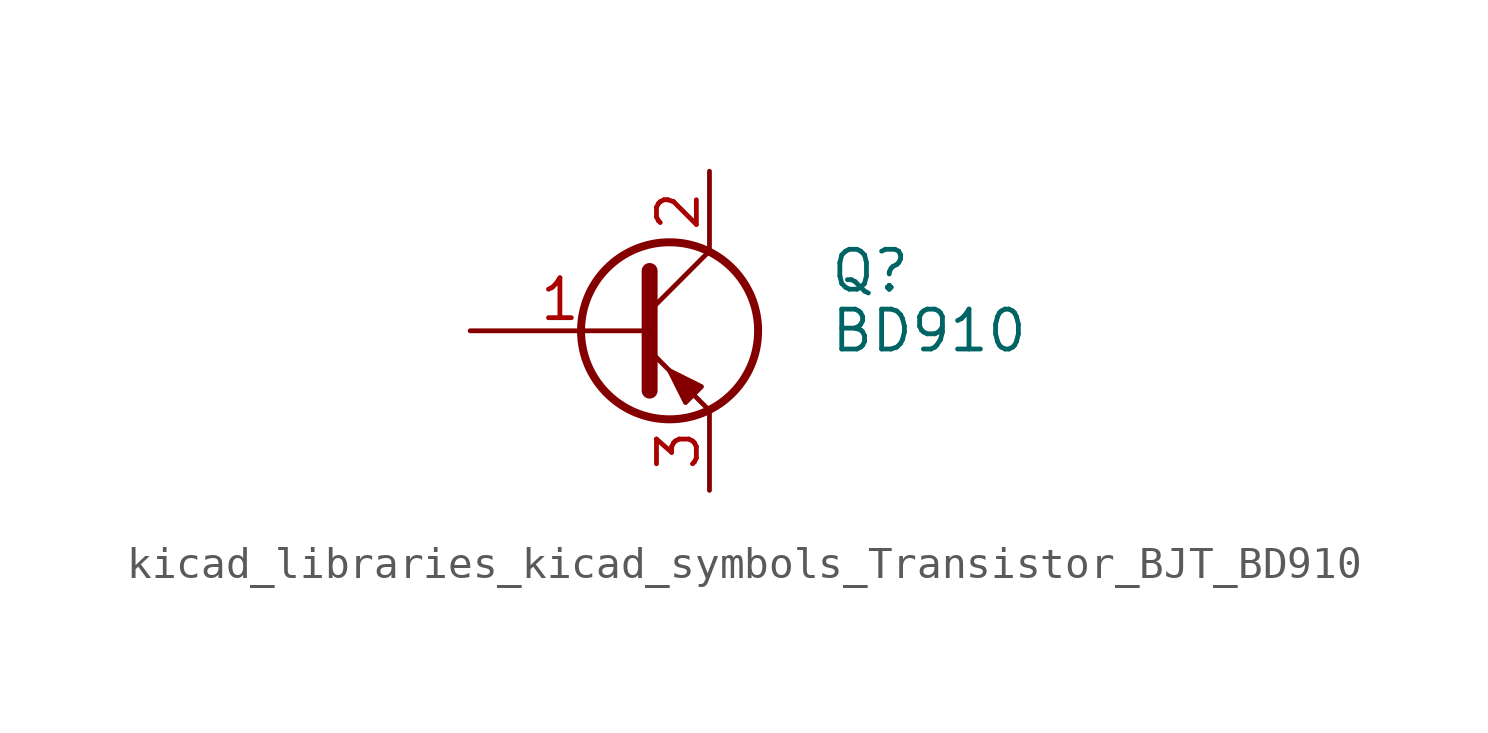
<source format=kicad_sym>
(kicad_symbol_lib
  (version 20220914)
  (generator kicad_symbol_editor)
  (symbol "kicad_libraries_kicad_symbols_Transistor_BJT_BD910"
    (pin_names
      (offset 0) hide)
    (property "Reference" "Q"
      (at 6.35 1.905 0)
      (effects (font (size 1.27 1.27)) (justify left)))
    (property "Value" "BD910"
      (at 6.35 0 0)
      (effects (font (size 1.27 1.27)) (justify left)))
    (symbol "kicad_libraries_kicad_symbols_Transistor_BJT_BD910_0_1"
      (polyline (pts (xy 0.635 0.635) (xy 2.54 2.54)) (stroke (width 0) (type default)) (fill (type none)))
      (polyline (pts (xy 0.635 -0.635) (xy 2.54 -2.54) (xy 2.54 -2.54)) (stroke (width 0) (type default)) (fill (type none)))
      (polyline (pts (xy 0.635 1.905) (xy 0.635 -1.905) (xy 0.635 -1.905)) (stroke (width 0.508) (type default)) (fill (type none)))
      (polyline (pts (xy 2.286 -1.778) (xy 1.778 -2.286) (xy 1.27 -1.27) (xy 2.286 -1.778) (xy 2.286 -1.778)) (stroke (width 0) (type default)) (fill (type outline)))
      (circle (center 1.27 0) (radius 2.819) (stroke (width 0.254) (type default)) (fill (type none))))
    (symbol "kicad_libraries_kicad_symbols_Transistor_BJT_BD910_1_1"
      (pin input line (at -5.08 0 0) (length 5.715) (name "B" (effects (font (size 1.27 1.27)))) (number "1" (effects (font (size 1.27 1.27)))))
      (pin passive line (at 2.54 5.08 270) (length 2.54) (name "C" (effects (font (size 1.27 1.27)))) (number "2" (effects (font (size 1.27 1.27)))))
      (pin passive line (at 2.54 -5.08 90) (length 2.54) (name "E" (effects (font (size 1.27 1.27)))) (number "3" (effects (font (size 1.27 1.27))))))))
</source>
